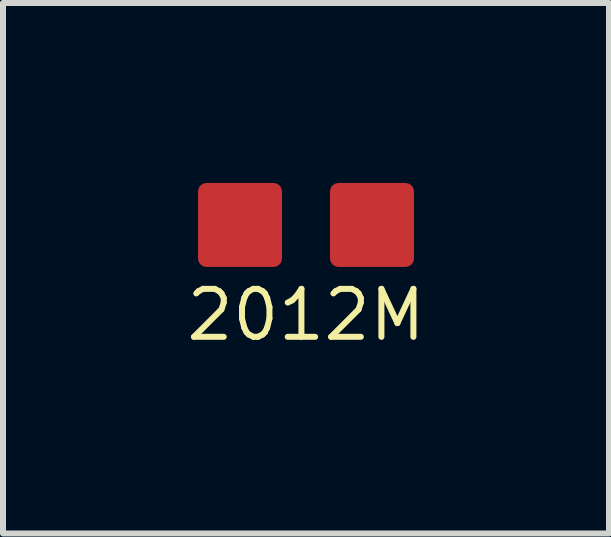
<source format=kicad_pcb>
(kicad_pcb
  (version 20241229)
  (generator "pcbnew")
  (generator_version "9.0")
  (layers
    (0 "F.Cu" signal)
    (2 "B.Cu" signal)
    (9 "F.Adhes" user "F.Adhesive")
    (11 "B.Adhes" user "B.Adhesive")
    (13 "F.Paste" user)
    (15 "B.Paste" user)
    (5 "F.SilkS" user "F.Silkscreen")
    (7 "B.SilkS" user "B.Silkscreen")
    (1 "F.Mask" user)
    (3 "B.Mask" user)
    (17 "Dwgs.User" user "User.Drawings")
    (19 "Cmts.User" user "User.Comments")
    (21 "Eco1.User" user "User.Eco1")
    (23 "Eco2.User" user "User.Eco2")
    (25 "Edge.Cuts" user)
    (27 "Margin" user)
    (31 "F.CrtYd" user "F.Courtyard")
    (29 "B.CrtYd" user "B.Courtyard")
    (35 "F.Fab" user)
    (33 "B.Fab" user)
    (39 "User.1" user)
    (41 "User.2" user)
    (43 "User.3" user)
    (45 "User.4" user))
  (footprint "2012M"
    (layer "F.Cu")
    (at 2.051 0.7)
    (property "Reference" "2012M" (at 0 1.5 0) (layer "F.SilkS") (effects (font (size 0.8 0.8) (thickness 0.1))))
    (attr through_hole)
    (pad "1" smd roundrect (at -1 0) (size 1.4 1.4) (drill (offset -0.1 0)) (layers "F.Cu" "F.Mask" "F.Paste") (roundrect_rratio 0.1))
    (pad "2" smd roundrect (at 1 0) (size 1.4 1.4) (drill (offset 0.1 0)) (layers "F.Cu" "F.Mask" "F.Paste") (roundrect_rratio 0.1)))
  (gr_rect
    (start -3 -3)
    (end 7.102 5.843)
    (stroke (width 0.1) (type default))
    (fill no)
    (layer "Edge.Cuts")))
</source>
